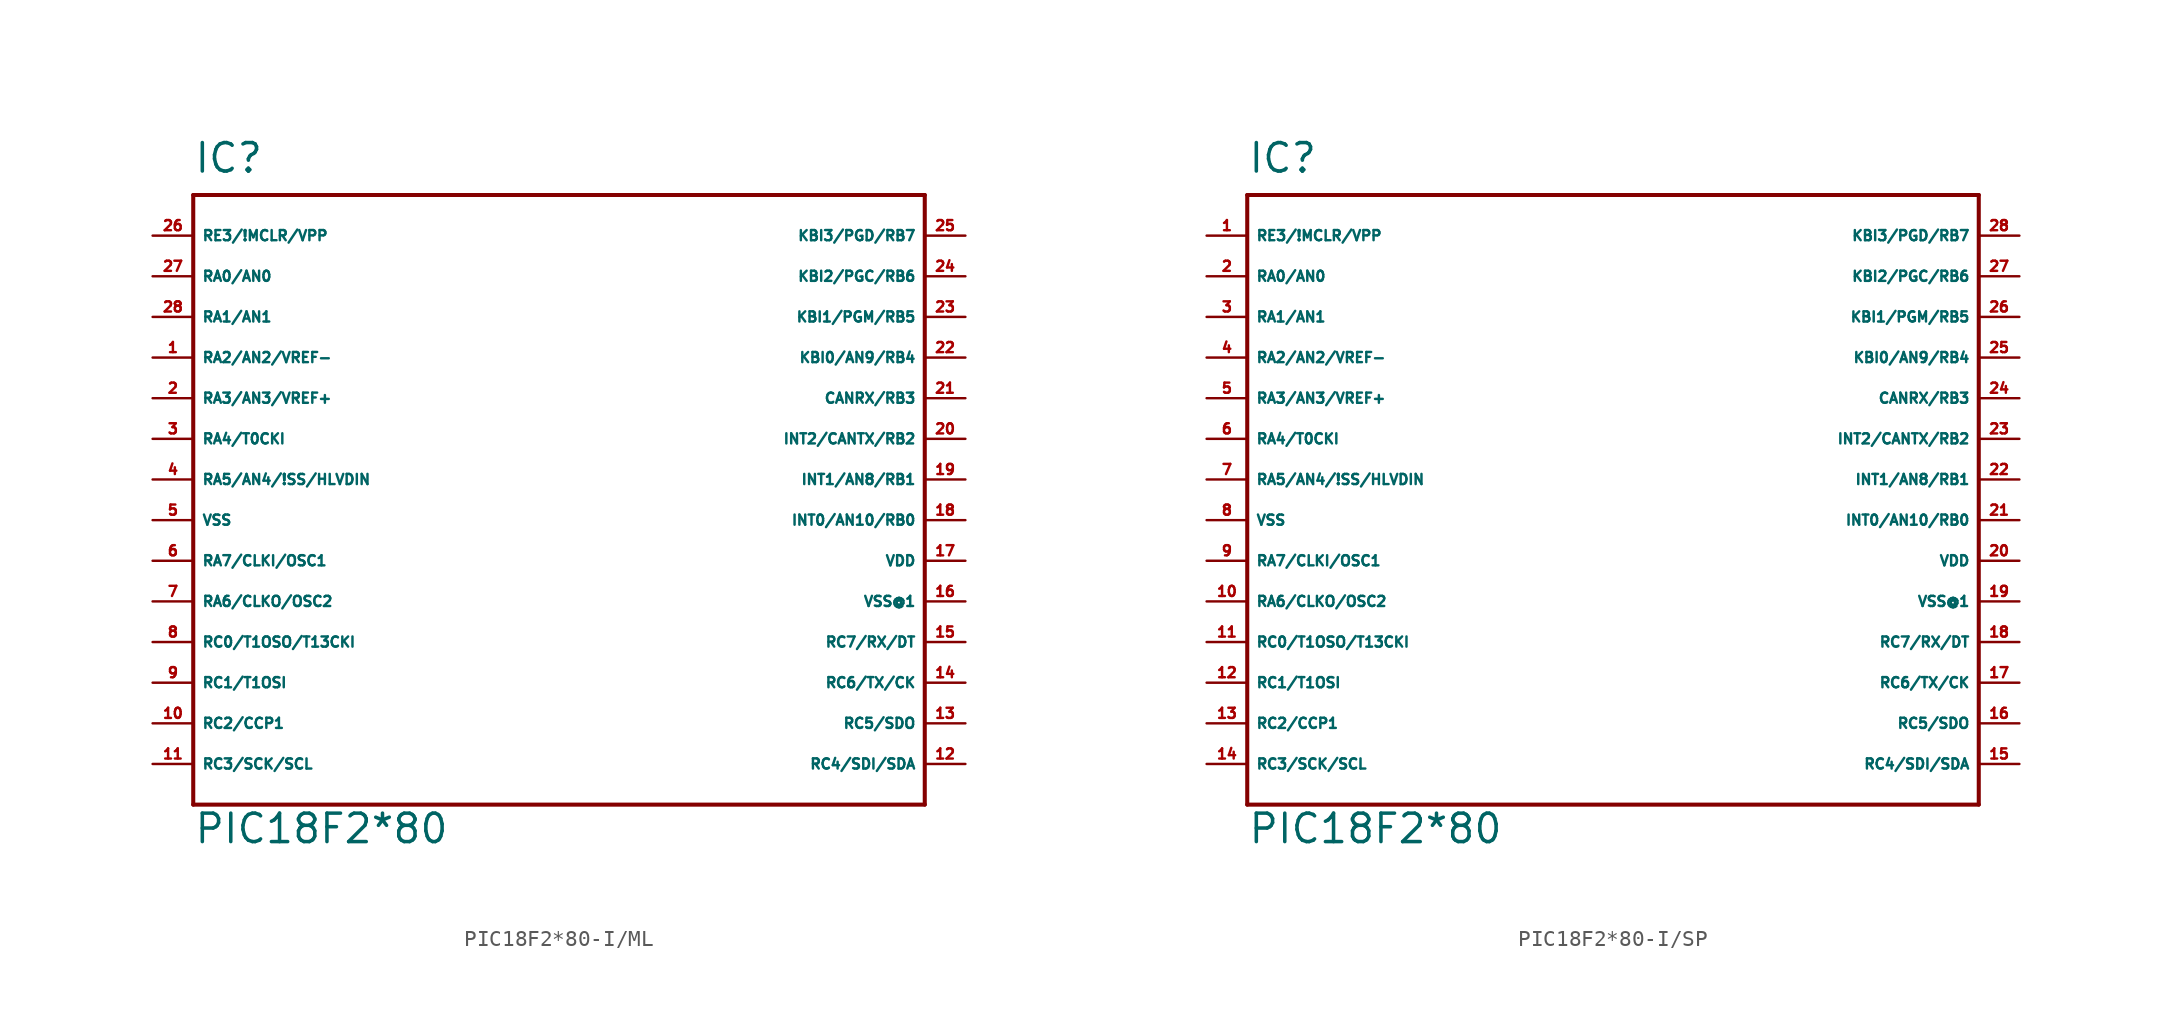
<source format=kicad_sym>
(kicad_symbol_lib
  (version 20220914)
  (generator Eagle2Kicad)
  (symbol "PIC18F2*80-I/ML"
    (property "Reference" "IC"
      (at -22.86 21.59 0)
      (effects (font (size 1.778 1.778) (thickness 0.22)) (justify left bottom)))
    (property "Value" "PIC18F2*80"
      (at -22.86 -20.32 0)
      (effects (font (size 1.778 1.778) (thickness 0.22)) (justify left bottom)))
    (polyline
      (pts (xy -22.86 20.32) (xy 22.86 20.32))
      (stroke (width 0.254) (type default))
      (fill (type none)))
    (polyline
      (pts (xy 22.86 20.32) (xy 22.86 -17.78))
      (stroke (width 0.254) (type default))
      (fill (type none)))
    (polyline
      (pts (xy 22.86 -17.78) (xy -22.86 -17.78))
      (stroke (width 0.254) (type default))
      (fill (type none)))
    (polyline
      (pts (xy -22.86 -17.78) (xy -22.86 20.32))
      (stroke (width 0.254) (type default))
      (fill (type none)))
    (pin input line
      (at -25.4 17.78 0)
      (length 2.54)
      (name "RE3/!MCLR/VPP" (effects (font (size 0.635 0.635) (thickness 0.08)) (justify left bottom)))
      (number "26" (effects (font (size 0.635 0.635) (thickness 0.08)) (justify left bottom))))
    (pin bidirectional line
      (at -25.4 15.24 0)
      (length 2.54)
      (name "RA0/AN0" (effects (font (size 0.635 0.635) (thickness 0.08)) (justify left bottom)))
      (number "27" (effects (font (size 0.635 0.635) (thickness 0.08)) (justify left bottom))))
    (pin bidirectional line
      (at -25.4 12.7 0)
      (length 2.54)
      (name "RA1/AN1" (effects (font (size 0.635 0.635) (thickness 0.08)) (justify left bottom)))
      (number "28" (effects (font (size 0.635 0.635) (thickness 0.08)) (justify left bottom))))
    (pin bidirectional line
      (at -25.4 10.16 0)
      (length 2.54)
      (name "RA2/AN2/VREF-" (effects (font (size 0.635 0.635) (thickness 0.08)) (justify left bottom)))
      (number "1" (effects (font (size 0.635 0.635) (thickness 0.08)) (justify left bottom))))
    (pin bidirectional line
      (at -25.4 7.62 0)
      (length 2.54)
      (name "RA3/AN3/VREF+" (effects (font (size 0.635 0.635) (thickness 0.08)) (justify left bottom)))
      (number "2" (effects (font (size 0.635 0.635) (thickness 0.08)) (justify left bottom))))
    (pin bidirectional line
      (at -25.4 5.08 0)
      (length 2.54)
      (name "RA4/T0CKI" (effects (font (size 0.635 0.635) (thickness 0.08)) (justify left bottom)))
      (number "3" (effects (font (size 0.635 0.635) (thickness 0.08)) (justify left bottom))))
    (pin bidirectional line
      (at -25.4 2.54 0)
      (length 2.54)
      (name "RA5/AN4/!SS/HLVDIN" (effects (font (size 0.635 0.635) (thickness 0.08)) (justify left bottom)))
      (number "4" (effects (font (size 0.635 0.635) (thickness 0.08)) (justify left bottom))))
    (pin unspecified line
      (at -25.4 0 0)
      (length 2.54)
      (name "VSS" (effects (font (size 0.635 0.635) (thickness 0.08)) (justify left bottom)))
      (number "5" (effects (font (size 0.635 0.635) (thickness 0.08)) (justify left bottom))))
    (pin input line
      (at -25.4 -2.54 0)
      (length 2.54)
      (name "RA7/CLKI/OSC1" (effects (font (size 0.635 0.635) (thickness 0.08)) (justify left bottom)))
      (number "6" (effects (font (size 0.635 0.635) (thickness 0.08)) (justify left bottom))))
    (pin output line
      (at -25.4 -5.08 0)
      (length 2.54)
      (name "RA6/CLKO/OSC2" (effects (font (size 0.635 0.635) (thickness 0.08)) (justify left bottom)))
      (number "7" (effects (font (size 0.635 0.635) (thickness 0.08)) (justify left bottom))))
    (pin bidirectional line
      (at -25.4 -7.62 0)
      (length 2.54)
      (name "RC0/T1OSO/T13CKI" (effects (font (size 0.635 0.635) (thickness 0.08)) (justify left bottom)))
      (number "8" (effects (font (size 0.635 0.635) (thickness 0.08)) (justify left bottom))))
    (pin bidirectional line
      (at -25.4 -10.16 0)
      (length 2.54)
      (name "RC1/T1OSI" (effects (font (size 0.635 0.635) (thickness 0.08)) (justify left bottom)))
      (number "9" (effects (font (size 0.635 0.635) (thickness 0.08)) (justify left bottom))))
    (pin bidirectional line
      (at -25.4 -12.7 0)
      (length 2.54)
      (name "RC2/CCP1" (effects (font (size 0.635 0.635) (thickness 0.08)) (justify left bottom)))
      (number "10" (effects (font (size 0.635 0.635) (thickness 0.08)) (justify left bottom))))
    (pin bidirectional line
      (at -25.4 -15.24 0)
      (length 2.54)
      (name "RC3/SCK/SCL" (effects (font (size 0.635 0.635) (thickness 0.08)) (justify left bottom)))
      (number "11" (effects (font (size 0.635 0.635) (thickness 0.08)) (justify left bottom))))
    (pin bidirectional line
      (at 25.4 -15.24 180)
      (length 2.54)
      (name "RC4/SDI/SDA" (effects (font (size 0.635 0.635) (thickness 0.08)) (justify left bottom)))
      (number "12" (effects (font (size 0.635 0.635) (thickness 0.08)) (justify left bottom))))
    (pin bidirectional line
      (at 25.4 -12.7 180)
      (length 2.54)
      (name "RC5/SDO" (effects (font (size 0.635 0.635) (thickness 0.08)) (justify left bottom)))
      (number "13" (effects (font (size 0.635 0.635) (thickness 0.08)) (justify left bottom))))
    (pin bidirectional line
      (at 25.4 -10.16 180)
      (length 2.54)
      (name "RC6/TX/CK" (effects (font (size 0.635 0.635) (thickness 0.08)) (justify left bottom)))
      (number "14" (effects (font (size 0.635 0.635) (thickness 0.08)) (justify left bottom))))
    (pin bidirectional line
      (at 25.4 -7.62 180)
      (length 2.54)
      (name "RC7/RX/DT" (effects (font (size 0.635 0.635) (thickness 0.08)) (justify left bottom)))
      (number "15" (effects (font (size 0.635 0.635) (thickness 0.08)) (justify left bottom))))
    (pin unspecified line
      (at 25.4 -5.08 180)
      (length 2.54)
      (name "VSS@1" (effects (font (size 0.635 0.635) (thickness 0.08)) (justify left bottom)))
      (number "16" (effects (font (size 0.635 0.635) (thickness 0.08)) (justify left bottom))))
    (pin unspecified line
      (at 25.4 -2.54 180)
      (length 2.54)
      (name "VDD" (effects (font (size 0.635 0.635) (thickness 0.08)) (justify left bottom)))
      (number "17" (effects (font (size 0.635 0.635) (thickness 0.08)) (justify left bottom))))
    (pin bidirectional line
      (at 25.4 0 180)
      (length 2.54)
      (name "INT0/AN10/RB0" (effects (font (size 0.635 0.635) (thickness 0.08)) (justify left bottom)))
      (number "18" (effects (font (size 0.635 0.635) (thickness 0.08)) (justify left bottom))))
    (pin bidirectional line
      (at 25.4 2.54 180)
      (length 2.54)
      (name "INT1/AN8/RB1" (effects (font (size 0.635 0.635) (thickness 0.08)) (justify left bottom)))
      (number "19" (effects (font (size 0.635 0.635) (thickness 0.08)) (justify left bottom))))
    (pin bidirectional line
      (at 25.4 5.08 180)
      (length 2.54)
      (name "INT2/CANTX/RB2" (effects (font (size 0.635 0.635) (thickness 0.08)) (justify left bottom)))
      (number "20" (effects (font (size 0.635 0.635) (thickness 0.08)) (justify left bottom))))
    (pin bidirectional line
      (at 25.4 7.62 180)
      (length 2.54)
      (name "CANRX/RB3" (effects (font (size 0.635 0.635) (thickness 0.08)) (justify left bottom)))
      (number "21" (effects (font (size 0.635 0.635) (thickness 0.08)) (justify left bottom))))
    (pin bidirectional line
      (at 25.4 10.16 180)
      (length 2.54)
      (name "KBI0/AN9/RB4" (effects (font (size 0.635 0.635) (thickness 0.08)) (justify left bottom)))
      (number "22" (effects (font (size 0.635 0.635) (thickness 0.08)) (justify left bottom))))
    (pin bidirectional line
      (at 25.4 12.7 180)
      (length 2.54)
      (name "KBI1/PGM/RB5" (effects (font (size 0.635 0.635) (thickness 0.08)) (justify left bottom)))
      (number "23" (effects (font (size 0.635 0.635) (thickness 0.08)) (justify left bottom))))
    (pin bidirectional line
      (at 25.4 15.24 180)
      (length 2.54)
      (name "KBI2/PGC/RB6" (effects (font (size 0.635 0.635) (thickness 0.08)) (justify left bottom)))
      (number "24" (effects (font (size 0.635 0.635) (thickness 0.08)) (justify left bottom))))
    (pin bidirectional line
      (at 25.4 17.78 180)
      (length 2.54)
      (name "KBI3/PGD/RB7" (effects (font (size 0.635 0.635) (thickness 0.08)) (justify left bottom)))
      (number "25" (effects (font (size 0.635 0.635) (thickness 0.08)) (justify left bottom)))))
  (symbol "PIC18F2*80-I/SP"
    (property "Reference" "IC"
      (at -22.86 21.59 0)
      (effects (font (size 1.778 1.778) (thickness 0.22)) (justify left bottom)))
    (property "Value" "PIC18F2*80"
      (at -22.86 -20.32 0)
      (effects (font (size 1.778 1.778) (thickness 0.22)) (justify left bottom)))
    (polyline
      (pts (xy -22.86 20.32) (xy 22.86 20.32))
      (stroke (width 0.254) (type default))
      (fill (type none)))
    (polyline
      (pts (xy 22.86 20.32) (xy 22.86 -17.78))
      (stroke (width 0.254) (type default))
      (fill (type none)))
    (polyline
      (pts (xy 22.86 -17.78) (xy -22.86 -17.78))
      (stroke (width 0.254) (type default))
      (fill (type none)))
    (polyline
      (pts (xy -22.86 -17.78) (xy -22.86 20.32))
      (stroke (width 0.254) (type default))
      (fill (type none)))
    (pin input line
      (at -25.4 17.78 0)
      (length 2.54)
      (name "RE3/!MCLR/VPP" (effects (font (size 0.635 0.635) (thickness 0.08)) (justify left bottom)))
      (number "1" (effects (font (size 0.635 0.635) (thickness 0.08)) (justify left bottom))))
    (pin bidirectional line
      (at -25.4 15.24 0)
      (length 2.54)
      (name "RA0/AN0" (effects (font (size 0.635 0.635) (thickness 0.08)) (justify left bottom)))
      (number "2" (effects (font (size 0.635 0.635) (thickness 0.08)) (justify left bottom))))
    (pin bidirectional line
      (at -25.4 12.7 0)
      (length 2.54)
      (name "RA1/AN1" (effects (font (size 0.635 0.635) (thickness 0.08)) (justify left bottom)))
      (number "3" (effects (font (size 0.635 0.635) (thickness 0.08)) (justify left bottom))))
    (pin bidirectional line
      (at -25.4 10.16 0)
      (length 2.54)
      (name "RA2/AN2/VREF-" (effects (font (size 0.635 0.635) (thickness 0.08)) (justify left bottom)))
      (number "4" (effects (font (size 0.635 0.635) (thickness 0.08)) (justify left bottom))))
    (pin bidirectional line
      (at -25.4 7.62 0)
      (length 2.54)
      (name "RA3/AN3/VREF+" (effects (font (size 0.635 0.635) (thickness 0.08)) (justify left bottom)))
      (number "5" (effects (font (size 0.635 0.635) (thickness 0.08)) (justify left bottom))))
    (pin bidirectional line
      (at -25.4 5.08 0)
      (length 2.54)
      (name "RA4/T0CKI" (effects (font (size 0.635 0.635) (thickness 0.08)) (justify left bottom)))
      (number "6" (effects (font (size 0.635 0.635) (thickness 0.08)) (justify left bottom))))
    (pin bidirectional line
      (at -25.4 2.54 0)
      (length 2.54)
      (name "RA5/AN4/!SS/HLVDIN" (effects (font (size 0.635 0.635) (thickness 0.08)) (justify left bottom)))
      (number "7" (effects (font (size 0.635 0.635) (thickness 0.08)) (justify left bottom))))
    (pin unspecified line
      (at -25.4 0 0)
      (length 2.54)
      (name "VSS" (effects (font (size 0.635 0.635) (thickness 0.08)) (justify left bottom)))
      (number "8" (effects (font (size 0.635 0.635) (thickness 0.08)) (justify left bottom))))
    (pin input line
      (at -25.4 -2.54 0)
      (length 2.54)
      (name "RA7/CLKI/OSC1" (effects (font (size 0.635 0.635) (thickness 0.08)) (justify left bottom)))
      (number "9" (effects (font (size 0.635 0.635) (thickness 0.08)) (justify left bottom))))
    (pin output line
      (at -25.4 -5.08 0)
      (length 2.54)
      (name "RA6/CLKO/OSC2" (effects (font (size 0.635 0.635) (thickness 0.08)) (justify left bottom)))
      (number "10" (effects (font (size 0.635 0.635) (thickness 0.08)) (justify left bottom))))
    (pin bidirectional line
      (at -25.4 -7.62 0)
      (length 2.54)
      (name "RC0/T1OSO/T13CKI" (effects (font (size 0.635 0.635) (thickness 0.08)) (justify left bottom)))
      (number "11" (effects (font (size 0.635 0.635) (thickness 0.08)) (justify left bottom))))
    (pin bidirectional line
      (at -25.4 -10.16 0)
      (length 2.54)
      (name "RC1/T1OSI" (effects (font (size 0.635 0.635) (thickness 0.08)) (justify left bottom)))
      (number "12" (effects (font (size 0.635 0.635) (thickness 0.08)) (justify left bottom))))
    (pin bidirectional line
      (at -25.4 -12.7 0)
      (length 2.54)
      (name "RC2/CCP1" (effects (font (size 0.635 0.635) (thickness 0.08)) (justify left bottom)))
      (number "13" (effects (font (size 0.635 0.635) (thickness 0.08)) (justify left bottom))))
    (pin bidirectional line
      (at -25.4 -15.24 0)
      (length 2.54)
      (name "RC3/SCK/SCL" (effects (font (size 0.635 0.635) (thickness 0.08)) (justify left bottom)))
      (number "14" (effects (font (size 0.635 0.635) (thickness 0.08)) (justify left bottom))))
    (pin bidirectional line
      (at 25.4 -15.24 180)
      (length 2.54)
      (name "RC4/SDI/SDA" (effects (font (size 0.635 0.635) (thickness 0.08)) (justify left bottom)))
      (number "15" (effects (font (size 0.635 0.635) (thickness 0.08)) (justify left bottom))))
    (pin bidirectional line
      (at 25.4 -12.7 180)
      (length 2.54)
      (name "RC5/SDO" (effects (font (size 0.635 0.635) (thickness 0.08)) (justify left bottom)))
      (number "16" (effects (font (size 0.635 0.635) (thickness 0.08)) (justify left bottom))))
    (pin bidirectional line
      (at 25.4 -10.16 180)
      (length 2.54)
      (name "RC6/TX/CK" (effects (font (size 0.635 0.635) (thickness 0.08)) (justify left bottom)))
      (number "17" (effects (font (size 0.635 0.635) (thickness 0.08)) (justify left bottom))))
    (pin bidirectional line
      (at 25.4 -7.62 180)
      (length 2.54)
      (name "RC7/RX/DT" (effects (font (size 0.635 0.635) (thickness 0.08)) (justify left bottom)))
      (number "18" (effects (font (size 0.635 0.635) (thickness 0.08)) (justify left bottom))))
    (pin unspecified line
      (at 25.4 -5.08 180)
      (length 2.54)
      (name "VSS@1" (effects (font (size 0.635 0.635) (thickness 0.08)) (justify left bottom)))
      (number "19" (effects (font (size 0.635 0.635) (thickness 0.08)) (justify left bottom))))
    (pin unspecified line
      (at 25.4 -2.54 180)
      (length 2.54)
      (name "VDD" (effects (font (size 0.635 0.635) (thickness 0.08)) (justify left bottom)))
      (number "20" (effects (font (size 0.635 0.635) (thickness 0.08)) (justify left bottom))))
    (pin bidirectional line
      (at 25.4 0 180)
      (length 2.54)
      (name "INT0/AN10/RB0" (effects (font (size 0.635 0.635) (thickness 0.08)) (justify left bottom)))
      (number "21" (effects (font (size 0.635 0.635) (thickness 0.08)) (justify left bottom))))
    (pin bidirectional line
      (at 25.4 2.54 180)
      (length 2.54)
      (name "INT1/AN8/RB1" (effects (font (size 0.635 0.635) (thickness 0.08)) (justify left bottom)))
      (number "22" (effects (font (size 0.635 0.635) (thickness 0.08)) (justify left bottom))))
    (pin bidirectional line
      (at 25.4 5.08 180)
      (length 2.54)
      (name "INT2/CANTX/RB2" (effects (font (size 0.635 0.635) (thickness 0.08)) (justify left bottom)))
      (number "23" (effects (font (size 0.635 0.635) (thickness 0.08)) (justify left bottom))))
    (pin bidirectional line
      (at 25.4 7.62 180)
      (length 2.54)
      (name "CANRX/RB3" (effects (font (size 0.635 0.635) (thickness 0.08)) (justify left bottom)))
      (number "24" (effects (font (size 0.635 0.635) (thickness 0.08)) (justify left bottom))))
    (pin bidirectional line
      (at 25.4 10.16 180)
      (length 2.54)
      (name "KBI0/AN9/RB4" (effects (font (size 0.635 0.635) (thickness 0.08)) (justify left bottom)))
      (number "25" (effects (font (size 0.635 0.635) (thickness 0.08)) (justify left bottom))))
    (pin bidirectional line
      (at 25.4 12.7 180)
      (length 2.54)
      (name "KBI1/PGM/RB5" (effects (font (size 0.635 0.635) (thickness 0.08)) (justify left bottom)))
      (number "26" (effects (font (size 0.635 0.635) (thickness 0.08)) (justify left bottom))))
    (pin bidirectional line
      (at 25.4 15.24 180)
      (length 2.54)
      (name "KBI2/PGC/RB6" (effects (font (size 0.635 0.635) (thickness 0.08)) (justify left bottom)))
      (number "27" (effects (font (size 0.635 0.635) (thickness 0.08)) (justify left bottom))))
    (pin bidirectional line
      (at 25.4 17.78 180)
      (length 2.54)
      (name "KBI3/PGD/RB7" (effects (font (size 0.635 0.635) (thickness 0.08)) (justify left bottom)))
      (number "28" (effects (font (size 0.635 0.635) (thickness 0.08)) (justify left bottom))))))
</source>
